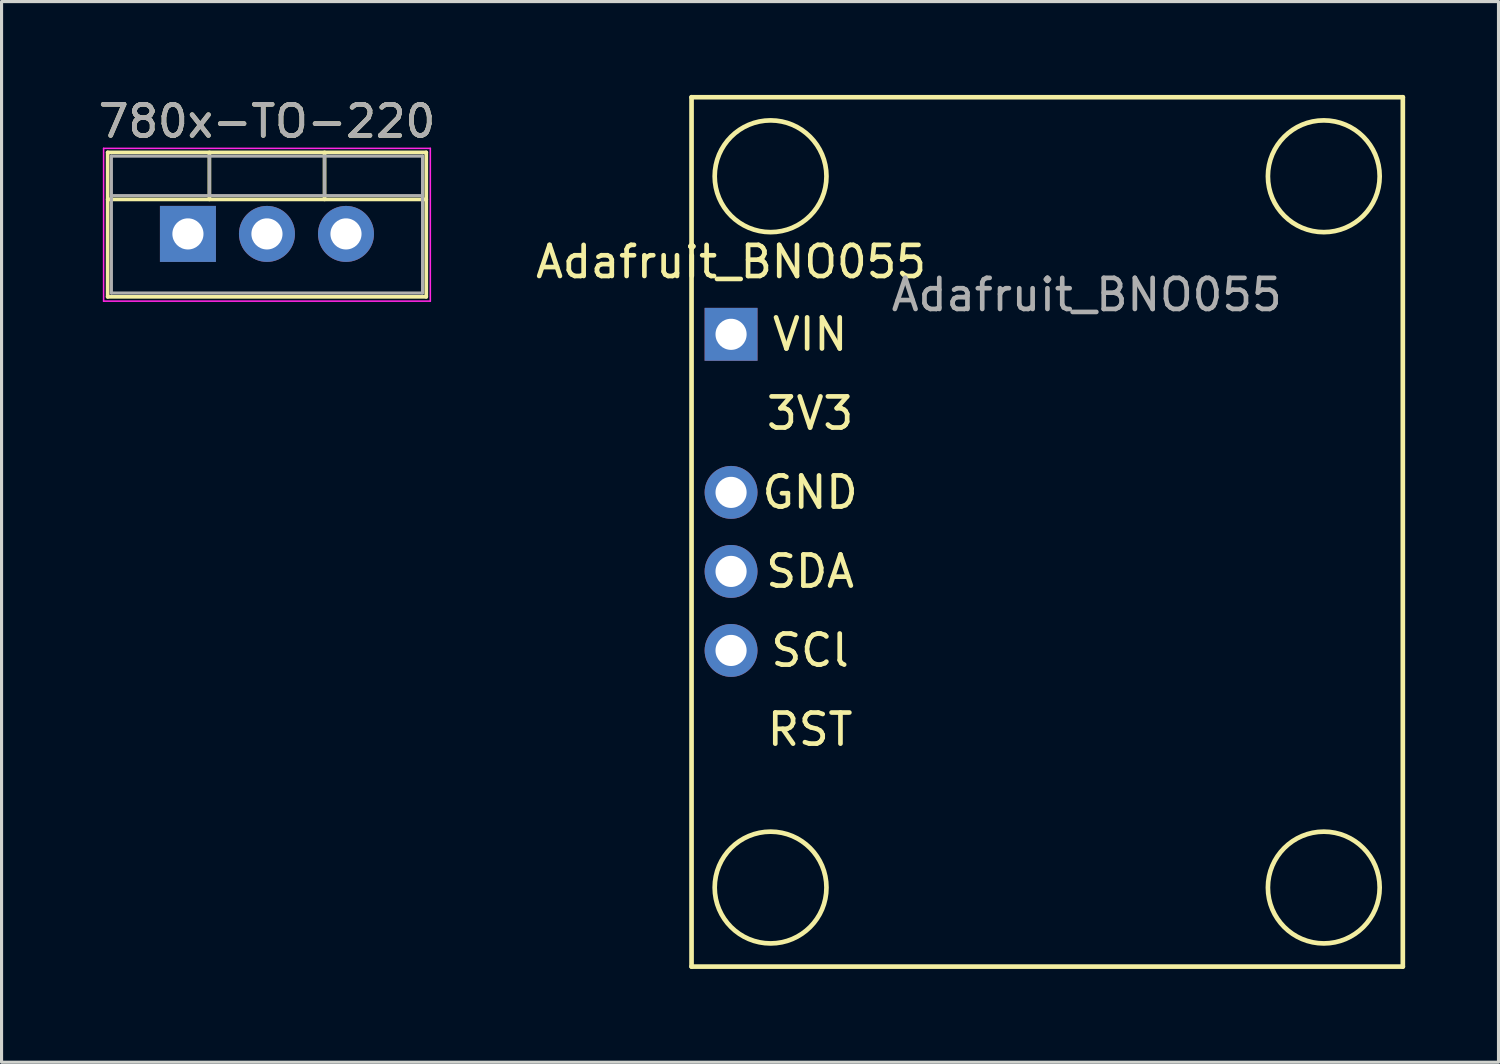
<source format=kicad_pcb>
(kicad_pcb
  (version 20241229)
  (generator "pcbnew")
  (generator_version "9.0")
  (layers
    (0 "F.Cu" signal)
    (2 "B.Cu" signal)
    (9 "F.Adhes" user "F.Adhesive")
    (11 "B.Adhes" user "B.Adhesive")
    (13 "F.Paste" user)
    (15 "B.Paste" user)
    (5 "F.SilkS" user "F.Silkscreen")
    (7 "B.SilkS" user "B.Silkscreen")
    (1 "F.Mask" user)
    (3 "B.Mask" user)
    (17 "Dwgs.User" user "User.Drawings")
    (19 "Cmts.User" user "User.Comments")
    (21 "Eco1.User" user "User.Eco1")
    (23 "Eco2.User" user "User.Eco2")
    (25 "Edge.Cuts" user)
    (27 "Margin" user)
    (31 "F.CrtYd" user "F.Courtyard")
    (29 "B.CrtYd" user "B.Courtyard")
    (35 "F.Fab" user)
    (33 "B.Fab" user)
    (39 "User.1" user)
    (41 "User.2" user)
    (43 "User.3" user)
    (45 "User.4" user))
  (footprint "780x-TO-220"
    (layer "F.Cu")
    (at 2.99 4.468)
    (property "Reference" "780x-TO-220" (at 2.54 -3.62 0) (layer "F.SilkS") (effects (font (size 1 1) (thickness 0.15))))
    (attr through_hole)
    (fp_line (start -2.58 -2.62) (end -2.58 2.021) (stroke (width 0.12) (type solid)) (layer "F.SilkS"))
    (fp_line (start -2.58 -2.62) (end 7.66 -2.62) (stroke (width 0.12) (type solid)) (layer "F.SilkS"))
    (fp_line (start -2.58 -1.11) (end 7.66 -1.11) (stroke (width 0.12) (type solid)) (layer "F.SilkS"))
    (fp_line (start -2.58 2.021) (end 7.66 2.021) (stroke (width 0.12) (type solid)) (layer "F.SilkS"))
    (fp_line (start 0.69 -2.62) (end 0.69 -1.11) (stroke (width 0.12) (type solid)) (layer "F.SilkS"))
    (fp_line (start 4.391 -2.62) (end 4.391 -1.11) (stroke (width 0.12) (type solid)) (layer "F.SilkS"))
    (fp_line (start 7.66 -2.62) (end 7.66 2.021) (stroke (width 0.12) (type solid)) (layer "F.SilkS"))
    (fp_line (start -2.71 -2.75) (end -2.71 2.16) (stroke (width 0.05) (type solid)) (layer "F.CrtYd"))
    (fp_line (start -2.71 2.16) (end 7.79 2.16) (stroke (width 0.05) (type solid)) (layer "F.CrtYd"))
    (fp_line (start 7.79 -2.75) (end -2.71 -2.75) (stroke (width 0.05) (type solid)) (layer "F.CrtYd"))
    (fp_line (start 7.79 2.16) (end 7.79 -2.75) (stroke (width 0.05) (type solid)) (layer "F.CrtYd"))
    (fp_line (start -2.46 -2.5) (end -2.46 1.9) (stroke (width 0.1) (type solid)) (layer "F.Fab"))
    (fp_line (start -2.46 -1.23) (end 7.54 -1.23) (stroke (width 0.1) (type solid)) (layer "F.Fab"))
    (fp_line (start -2.46 1.9) (end 7.54 1.9) (stroke (width 0.1) (type solid)) (layer "F.Fab"))
    (fp_line (start 0.69 -2.5) (end 0.69 -1.23) (stroke (width 0.1) (type solid)) (layer "F.Fab"))
    (fp_line (start 4.39 -2.5) (end 4.39 -1.23) (stroke (width 0.1) (type solid)) (layer "F.Fab"))
    (fp_line (start 7.54 -2.5) (end -2.46 -2.5) (stroke (width 0.1) (type solid)) (layer "F.Fab"))
    (fp_line (start 7.54 1.9) (end 7.54 -2.5) (stroke (width 0.1) (type solid)) (layer "F.Fab"))
    (fp_text user "${REFERENCE}" (at 2.54 -3.62 0) (layer "F.Fab") (effects (font (size 1 1) (thickness 0.15))))
    (pad "GND" thru_hole oval (at 2.54 0) (size 1.8 1.8) (drill 1) (layers "*.Cu" "*.Mask"))
    (pad "VI" thru_hole rect (at 0 0) (size 1.8 1.8) (drill 1) (layers "*.Cu" "*.Mask"))
    (pad "VO" thru_hole oval (at 5.08 0) (size 1.8 1.8) (drill 1) (layers "*.Cu" "*.Mask")))
  (footprint "Adafruit_BNO055"
    (layer "F.Cu")
    (at 20.446 7.695)
    (property "Reference" "Adafruit_BNO055" (at 0 -2.33 0) (layer "F.SilkS") (effects (font (size 1 1) (thickness 0.15))))
    (attr through_hole)
    (fp_line (start -1.27 -7.62) (end -1.27 20.32) (stroke (width 0.15) (type solid)) (layer "F.SilkS"))
    (fp_line (start -1.27 20.32) (end 21.59 20.32) (stroke (width 0.15) (type solid)) (layer "F.SilkS"))
    (fp_line (start 21.59 -7.62) (end -1.27 -7.62) (stroke (width 0.15) (type solid)) (layer "F.SilkS"))
    (fp_line (start 21.59 20.32) (end 21.59 -7.62) (stroke (width 0.15) (type solid)) (layer "F.SilkS"))
    (fp_circle (center 1.27 -5.08) (end 0 -6.35) (stroke (width 0.15) (type solid)) (fill no) (layer "F.SilkS"))
    (fp_circle (center 1.27 17.78) (end 2.54 16.51) (stroke (width 0.15) (type solid)) (fill no) (layer "F.SilkS"))
    (fp_circle (center 19.05 -5.08) (end 20.32 -6.35) (stroke (width 0.15) (type solid)) (fill no) (layer "F.SilkS"))
    (fp_circle (center 19.05 17.78) (end 20.32 16.51) (stroke (width 0.15) (type solid)) (fill no) (layer "F.SilkS"))
    (fp_text user "GND" (at 2.54 5.08 0) (layer "F.SilkS") (effects (font (size 1 1) (thickness 0.15))))
    (fp_text user "RST" (at 2.54 12.7 0) (layer "F.SilkS") (effects (font (size 1 1) (thickness 0.15))))
    (fp_text user "3V3" (at 2.54 2.54 0) (layer "F.SilkS") (effects (font (size 1 1) (thickness 0.15))))
    (fp_text user "SDA" (at 2.54 7.62 0) (layer "F.SilkS") (effects (font (size 1 1) (thickness 0.15))))
    (fp_text user "SCl" (at 2.54 10.16 0) (layer "F.SilkS") (effects (font (size 1 1) (thickness 0.15))))
    (fp_text user "VIN" (at 2.54 0 0) (layer "F.SilkS") (effects (font (size 1 1) (thickness 0.15))))
    (fp_text user "${REFERENCE}" (at 11.43 -1.27 0) (layer "F.Fab") (effects (font (size 1 1) (thickness 0.15))))
    (pad "1" thru_hole rect (at 0 0) (size 1.7 1.7) (drill 1) (layers "*.Cu" "*.Mask"))
    (pad "2" thru_hole oval (at 0 5.08) (size 1.7 1.7) (drill 1) (layers "*.Cu" "*.Mask"))
    (pad "3" thru_hole oval (at 0 7.62) (size 1.7 1.7) (drill 1) (layers "*.Cu" "*.Mask"))
    (pad "4" thru_hole oval (at 0 10.16) (size 1.7 1.7) (drill 1) (layers "*.Cu" "*.Mask")))
  (gr_rect
    (start -3 -3)
    (end 45.111 31.09)
    (stroke (width 0.1) (type default))
    (fill no)
    (layer "Edge.Cuts")))
</source>
